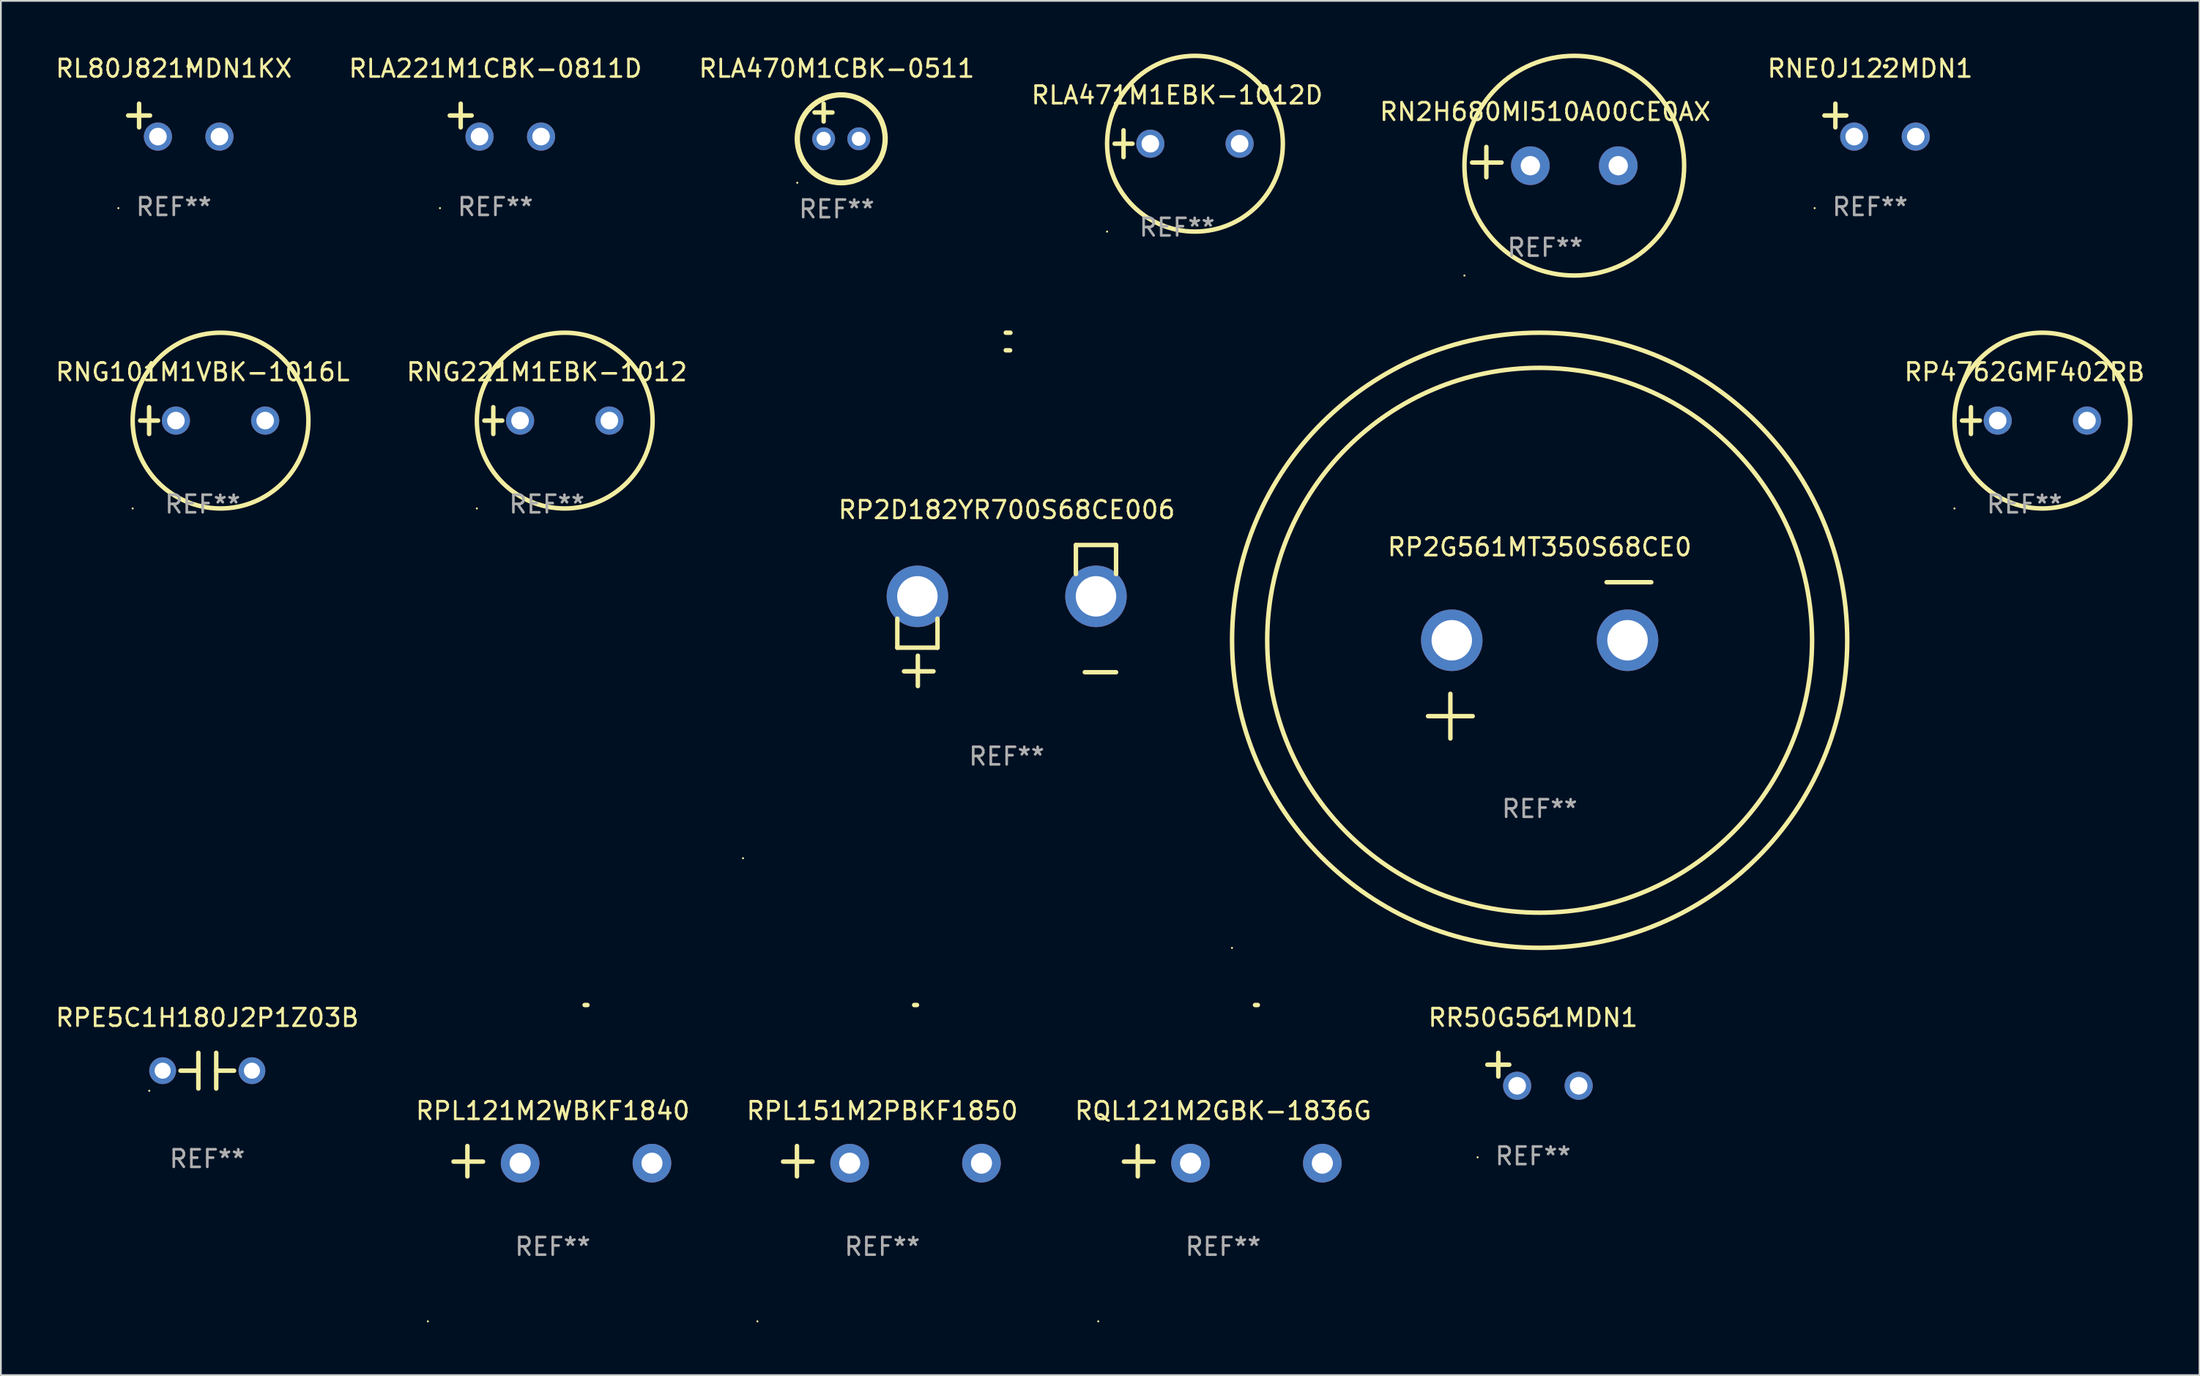
<source format=kicad_pcb>
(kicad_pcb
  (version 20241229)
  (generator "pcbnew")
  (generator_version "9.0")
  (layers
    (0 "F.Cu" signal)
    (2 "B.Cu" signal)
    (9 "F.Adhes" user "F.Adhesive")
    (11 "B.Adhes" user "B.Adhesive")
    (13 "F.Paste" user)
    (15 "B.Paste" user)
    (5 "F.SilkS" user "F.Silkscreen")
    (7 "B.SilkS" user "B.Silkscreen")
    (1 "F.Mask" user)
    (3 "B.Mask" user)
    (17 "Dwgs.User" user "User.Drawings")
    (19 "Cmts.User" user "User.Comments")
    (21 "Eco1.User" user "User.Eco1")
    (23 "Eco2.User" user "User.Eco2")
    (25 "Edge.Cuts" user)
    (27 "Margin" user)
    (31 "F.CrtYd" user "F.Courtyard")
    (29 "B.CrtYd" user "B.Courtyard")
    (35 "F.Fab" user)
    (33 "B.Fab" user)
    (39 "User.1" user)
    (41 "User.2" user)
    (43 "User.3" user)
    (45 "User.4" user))
  (footprint "RPL121M2WBKF1840"
    (layer "F.Cu")
    (at 28.399 63.021)
    (property "Reference" "RPL121M2WBKF1840" (at 0 -2.864 0) (layer "F.SilkS") (effects (font (size 1 1) (thickness 0.15))))
    (attr through_hole)
    (fp_line (start -4.856 0.864) (end -4.856 -0.864) (stroke (width 0.254) (type solid)) (layer "F.SilkS"))
    (fp_line (start -3.967 0.025) (end -5.644 0.025) (stroke (width 0.254) (type solid)) (layer "F.SilkS"))
    (fp_arc (start 1.815024 -8.885649) (mid 1.893764 -8.88599) (end 1.972504 -8.885649) (stroke (width 0.254001) (type solid)) (layer "F.SilkS"))
    (fp_circle (center -7.106 9.114) (end -7.076 9.114) (stroke (width 0.06) (type solid)) (fill no) (layer "F.SilkS"))
    (fp_text user "REF**" (at 0 4.864 0) (layer "F.Fab") (effects (font (size 1 1) (thickness 0.15))))
    (pad "1" thru_hole circle (at -1.856 0.114) (size 2.2 2.2) (drill 1.2) (layers "*.Cu" "*.Mask"))
    (pad "2" thru_hole circle (at 5.644 0.114) (size 2.2 2.2) (drill 1.2) (layers "*.Cu" "*.Mask")))
  (footprint "RQL121M2GBK-1836G"
    (layer "F.Cu")
    (at 66.542 63.021)
    (property "Reference" "RQL121M2GBK-1836G" (at 0 -2.864 0) (layer "F.SilkS") (effects (font (size 1 1) (thickness 0.15))))
    (attr through_hole)
    (fp_line (start -4.856 0.864) (end -4.856 -0.864) (stroke (width 0.254) (type solid)) (layer "F.SilkS"))
    (fp_line (start -3.967 0.025) (end -5.644 0.025) (stroke (width 0.254) (type solid)) (layer "F.SilkS"))
    (fp_arc (start 1.815024 -8.885649) (mid 1.893764 -8.88599) (end 1.972504 -8.885649) (stroke (width 0.254001) (type solid)) (layer "F.SilkS"))
    (fp_circle (center -7.106 9.114) (end -7.076 9.114) (stroke (width 0.06) (type solid)) (fill no) (layer "F.SilkS"))
    (fp_text user "REF**" (at 0 4.864 0) (layer "F.Fab") (effects (font (size 1 1) (thickness 0.15))))
    (pad "1" thru_hole circle (at -1.856 0.114) (size 2.2 2.2) (drill 1.2) (layers "*.Cu" "*.Mask"))
    (pad "2" thru_hole circle (at 5.644 0.114) (size 2.2 2.2) (drill 1.2) (layers "*.Cu" "*.Mask")))
  (footprint "RN2H680MI510A00CE0AX"
    (layer "F.Cu")
    (at 84.863 6.174)
    (property "Reference" "RN2H680MI510A00CE0AX" (at 0 -2.864 0) (layer "F.SilkS") (effects (font (size 1 1) (thickness 0.15))))
    (attr through_hole)
    (fp_line (start -3.346 0.864) (end -3.346 -0.864) (stroke (width 0.254) (type solid)) (layer "F.SilkS"))
    (fp_line (start -2.482 0.025) (end -4.158 0.025) (stroke (width 0.254) (type solid)) (layer "F.SilkS"))
    (fp_circle (center -4.592 6.453) (end -4.562 6.453) (stroke (width 0.06) (type solid)) (fill no) (layer "F.SilkS"))
    (fp_circle (center 1.658 0.203) (end 7.908 0.203) (stroke (width 0.254) (type solid)) (fill no) (layer "F.SilkS"))
    (fp_text user "REF**" (at 0 4.864 0) (layer "F.Fab") (effects (font (size 1 1) (thickness 0.15))))
    (pad "1" thru_hole circle (at -0.842 0.203) (size 2.2 2.2) (drill 1.1) (layers "*.Cu" "*.Mask"))
    (pad "2" thru_hole circle (at 4.158 0.203) (size 2.2 2.2) (drill 1.1) (layers "*.Cu" "*.Mask")))
  (footprint "RP2D182YR700S68CE006"
    (layer "F.Cu")
    (at 54.227 31.974)
    (property "Reference" "RP2D182YR700S68CE006" (at 0 -6.013 0) (layer "F.SilkS") (effects (font (size 1 1) (thickness 0.15))))
    (attr through_hole)
    (fp_line (start -6.223 0.178) (end -6.223 1.829) (stroke (width 0.254) (type solid)) (layer "F.SilkS"))
    (fp_line (start -6.223 1.829) (end -3.937 1.829) (stroke (width 0.254) (type solid)) (layer "F.SilkS"))
    (fp_line (start -5.055 4.013) (end -5.055 2.286) (stroke (width 0.254) (type solid)) (layer "F.SilkS"))
    (fp_line (start -4.166 3.175) (end -5.842 3.175) (stroke (width 0.254) (type solid)) (layer "F.SilkS"))
    (fp_line (start -3.937 1.829) (end -3.937 0.178) (stroke (width 0.254) (type solid)) (layer "F.SilkS"))
    (fp_line (start 3.937 -4.013) (end 3.937 -2.362) (stroke (width 0.254) (type solid)) (layer "F.SilkS"))
    (fp_line (start 6.223 -4.013) (end 3.937 -4.013) (stroke (width 0.254) (type solid)) (layer "F.SilkS"))
    (fp_line (start 6.223 -2.362) (end 6.223 -4.013) (stroke (width 0.254) (type solid)) (layer "F.SilkS"))
    (fp_line (start 6.223 3.226) (end 4.445 3.226) (stroke (width 0.254) (type solid)) (layer "F.SilkS"))
    (fp_arc (start -0.0508 -16.093472) (mid 0.080016 -16.092762) (end 0.210821 -16.090932) (stroke (width 0.254001) (type solid)) (layer "F.SilkS"))
    (fp_arc (start -0.0508 -15.09271) (mid 0.071125 -15.091961) (end 0.19304 -15.09017) (stroke (width 0.254001) (type solid)) (layer "F.SilkS"))
    (fp_circle (center -15 13.808) (end -14.97 13.808) (stroke (width 0.06) (type solid)) (fill no) (layer "F.SilkS"))
    (fp_text user "REF**" (at 0 8.013 0) (layer "F.Fab") (effects (font (size 1 1) (thickness 0.15))))
    (pad "1" thru_hole circle (at -5.08 -1.092) (size 3.5 3.5) (drill 2.3) (layers "*.Cu" "*.Mask"))
    (pad "2" thru_hole circle (at 5.08 -1.092) (size 3.5 3.5) (drill 2.3) (layers "*.Cu" "*.Mask")))
  (footprint "RPE5C1H180J2P1Z03B"
    (layer "F.Cu")
    (at 8.744 57.872)
    (property "Reference" "RPE5C1H180J2P1Z03B" (at 0 -3.016 0) (layer "F.SilkS") (effects (font (size 1 1) (thickness 0.15))))
    (attr through_hole)
    (fp_line (start -1.524 0) (end -0.508 0) (stroke (width 0.254) (type solid)) (layer "F.SilkS"))
    (fp_line (start -0.508 0) (end -0.508 -1.016) (stroke (width 0.254) (type solid)) (layer "F.SilkS"))
    (fp_line (start -0.508 0) (end -0.508 1.016) (stroke (width 0.254) (type solid)) (layer "F.SilkS"))
    (fp_line (start 0.508 -1.016) (end 0.508 1.016) (stroke (width 0.254) (type solid)) (layer "F.SilkS"))
    (fp_line (start 1.524 0) (end 0.508 0) (stroke (width 0.254) (type solid)) (layer "F.SilkS"))
    (fp_circle (center -3.302 1.143) (end -3.272 1.143) (stroke (width 0.06) (type solid)) (fill no) (layer "F.SilkS"))
    (fp_text user "REF**" (at 0 5.016 0) (layer "F.Fab") (effects (font (size 1 1) (thickness 0.15))))
    (pad "1" thru_hole circle (at -2.54 0) (size 1.524 1.524) (drill 0.914) (layers "*.Cu" "*.Mask"))
    (pad "2" thru_hole circle (at 2.54 0) (size 1.524 1.524) (drill 0.914) (layers "*.Cu" "*.Mask")))
  (footprint "RLA470M1CBK-0511"
    (layer "F.Cu")
    (at 44.554 3.848)
    (property "Reference" "RLA470M1CBK-0511" (at 0 -3 0) (layer "F.SilkS") (effects (font (size 1 1) (thickness 0.15))))
    (attr through_hole)
    (fp_line (start -1.258 -0.5) (end -0.242 -0.5) (stroke (width 0.254) (type solid)) (layer "F.SilkS"))
    (fp_line (start -0.742 -1) (end -0.742 0.016) (stroke (width 0.254) (type solid)) (layer "F.SilkS"))
    (fp_circle (center -2.242 3.5) (end -2.212 3.5) (stroke (width 0.06) (type solid)) (fill no) (layer "F.SilkS"))
    (fp_circle (center 0.258 1) (end 2.758 1) (stroke (width 0.3) (type solid)) (fill no) (layer "F.SilkS"))
    (fp_text user "REF**" (at 0 5 0) (layer "F.Fab") (effects (font (size 1 1) (thickness 0.15))))
    (pad "1" thru_hole circle (at -0.742 1) (size 1.3 1.3) (drill 0.8) (layers "*.Cu" "*.Mask"))
    (pad "2" thru_hole circle (at 1.258 1) (size 1.3 1.3) (drill 0.8) (layers "*.Cu" "*.Mask")))
  (footprint "RP2G561MT350S68CE0"
    (layer "F.Cu")
    (at 84.55 34.524)
    (property "Reference" "RP2G561MT350S68CE0" (at 0 -6.445 0) (layer "F.SilkS") (effects (font (size 1 1) (thickness 0.15))))
    (attr through_hole)
    (fp_line (start -6.35 3.175) (end -3.81 3.175) (stroke (width 0.254) (type solid)) (layer "F.SilkS"))
    (fp_line (start -5.08 1.905) (end -5.08 4.445) (stroke (width 0.254) (type solid)) (layer "F.SilkS"))
    (fp_line (start 3.81 -4.445) (end 6.35 -4.445) (stroke (width 0.254) (type solid)) (layer "F.SilkS"))
    (fp_circle (center -17.505 16.362) (end -17.475 16.362) (stroke (width 0.06) (type solid)) (fill no) (layer "F.SilkS"))
    (fp_circle (center 0 -1.143) (end 15.5 -1.143) (stroke (width 0.254) (type solid)) (fill no) (layer "F.SilkS"))
    (fp_circle (center 0 -1.143) (end 17.5 -1.143) (stroke (width 0.254) (type solid)) (fill no) (layer "F.SilkS"))
    (fp_text user "REF**" (at 0 8.445 0) (layer "F.Fab") (effects (font (size 1 1) (thickness 0.15))))
    (pad "1" thru_hole circle (at -5 -1.143) (size 3.5 3.5) (drill 2.3) (layers "*.Cu" "*.Mask"))
    (pad "2" thru_hole circle (at 5 -1.143) (size 3.5 3.5) (drill 2.3) (layers "*.Cu" "*.Mask")))
  (footprint "RP4762GMF402RB"
    (layer "F.Cu")
    (at 112.136 20.881)
    (property "Reference" "RP4762GMF402RB" (at 0 -2.762 0) (layer "F.SilkS") (effects (font (size 1 1) (thickness 0.15))))
    (attr through_hole)
    (fp_line (start -3.556 0) (end -2.54 0) (stroke (width 0.254) (type solid)) (layer "F.SilkS"))
    (fp_line (start -3.048 -0.762) (end -3.048 0.762) (stroke (width 0.254) (type solid)) (layer "F.SilkS"))
    (fp_circle (center -3.984 5) (end -3.954 5) (stroke (width 0.06) (type solid)) (fill no) (layer "F.SilkS"))
    (fp_circle (center 1.016 0) (end 6.016 0) (stroke (width 0.254) (type solid)) (fill no) (layer "F.SilkS"))
    (fp_text user "REF**" (at 0 4.762 0) (layer "F.Fab") (effects (font (size 1 1) (thickness 0.15))))
    (pad "1" thru_hole circle (at -1.524 0) (size 1.6 1.6) (drill 1) (layers "*.Cu" "*.Mask"))
    (pad "2" thru_hole circle (at 3.556 0) (size 1.6 1.6) (drill 1) (layers "*.Cu" "*.Mask")))
  (footprint "RLA221M1CBK-0811D"
    (layer "F.Cu")
    (at 25.137 3.785)
    (property "Reference" "RLA221M1CBK-0811D" (at 0 -2.937 0) (layer "F.SilkS") (effects (font (size 1 1) (thickness 0.15))))
    (attr through_hole)
    (fp_line (start -1.975 0.41) (end -1.975 -0.937) (stroke (width 0.254) (type solid)) (layer "F.SilkS"))
    (fp_line (start -1.353 -0.263) (end -2.597 -0.263) (stroke (width 0.254) (type solid)) (layer "F.SilkS"))
    (fp_arc (start 0.849809 -3.063957) (mid 0.885369 -3.064114) (end 0.920929 -3.063957) (stroke (width 0.254001) (type solid)) (layer "F.SilkS"))
    (fp_circle (center -3.154 5.008) (end -3.124 5.008) (stroke (width 0.06) (type solid)) (fill no) (layer "F.SilkS"))
    (fp_text user "REF**" (at 0 4.937 0) (layer "F.Fab") (effects (font (size 1 1) (thickness 0.15))))
    (pad "1" thru_hole circle (at -0.903 0.937) (size 1.6 1.6) (drill 1) (layers "*.Cu" "*.Mask"))
    (pad "2" thru_hole circle (at 2.597 0.937) (size 1.6 1.6) (drill 1) (layers "*.Cu" "*.Mask")))
  (footprint "RL80J821MDN1KX"
    (layer "F.Cu")
    (at 6.839 3.785)
    (property "Reference" "RL80J821MDN1KX" (at 0 -2.937 0) (layer "F.SilkS") (effects (font (size 1 1) (thickness 0.15))))
    (attr through_hole)
    (fp_line (start -1.975 0.41) (end -1.975 -0.937) (stroke (width 0.254) (type solid)) (layer "F.SilkS"))
    (fp_line (start -1.353 -0.263) (end -2.597 -0.263) (stroke (width 0.254) (type solid)) (layer "F.SilkS"))
    (fp_arc (start 0.849809 -3.063957) (mid 0.885369 -3.064114) (end 0.920929 -3.063957) (stroke (width 0.254001) (type solid)) (layer "F.SilkS"))
    (fp_circle (center -3.154 5.008) (end -3.124 5.008) (stroke (width 0.06) (type solid)) (fill no) (layer "F.SilkS"))
    (fp_text user "REF**" (at 0 4.937 0) (layer "F.Fab") (effects (font (size 1 1) (thickness 0.15))))
    (pad "1" thru_hole circle (at -0.903 0.937) (size 1.6 1.6) (drill 1) (layers "*.Cu" "*.Mask"))
    (pad "2" thru_hole circle (at 2.597 0.937) (size 1.6 1.6) (drill 1) (layers "*.Cu" "*.Mask")))
  (footprint "RNE0J122MDN1"
    (layer "F.Cu")
    (at 103.351 3.785)
    (property "Reference" "RNE0J122MDN1" (at 0 -2.937 0) (layer "F.SilkS") (effects (font (size 1 1) (thickness 0.15))))
    (attr through_hole)
    (fp_line (start -1.975 0.41) (end -1.975 -0.937) (stroke (width 0.254) (type solid)) (layer "F.SilkS"))
    (fp_line (start -1.353 -0.263) (end -2.597 -0.263) (stroke (width 0.254) (type solid)) (layer "F.SilkS"))
    (fp_arc (start 0.849809 -3.063957) (mid 0.885369 -3.064114) (end 0.920929 -3.063957) (stroke (width 0.254001) (type solid)) (layer "F.SilkS"))
    (fp_circle (center -3.154 5.008) (end -3.124 5.008) (stroke (width 0.06) (type solid)) (fill no) (layer "F.SilkS"))
    (fp_text user "REF**" (at 0 4.937 0) (layer "F.Fab") (effects (font (size 1 1) (thickness 0.15))))
    (pad "1" thru_hole circle (at -0.903 0.937) (size 1.6 1.6) (drill 1) (layers "*.Cu" "*.Mask"))
    (pad "2" thru_hole circle (at 2.597 0.937) (size 1.6 1.6) (drill 1) (layers "*.Cu" "*.Mask")))
  (footprint "RR50G561MDN1"
    (layer "F.Cu")
    (at 84.173 57.793)
    (property "Reference" "RR50G561MDN1" (at 0 -2.937 0) (layer "F.SilkS") (effects (font (size 1 1) (thickness 0.15))))
    (attr through_hole)
    (fp_line (start -1.975 0.41) (end -1.975 -0.937) (stroke (width 0.254) (type solid)) (layer "F.SilkS"))
    (fp_line (start -1.353 -0.263) (end -2.597 -0.263) (stroke (width 0.254) (type solid)) (layer "F.SilkS"))
    (fp_arc (start 0.849809 -3.063957) (mid 0.885369 -3.064114) (end 0.920929 -3.063957) (stroke (width 0.254001) (type solid)) (layer "F.SilkS"))
    (fp_circle (center -3.154 5.008) (end -3.124 5.008) (stroke (width 0.06) (type solid)) (fill no) (layer "F.SilkS"))
    (fp_text user "REF**" (at 0 4.937 0) (layer "F.Fab") (effects (font (size 1 1) (thickness 0.15))))
    (pad "1" thru_hole circle (at -0.903 0.937) (size 1.6 1.6) (drill 1) (layers "*.Cu" "*.Mask"))
    (pad "2" thru_hole circle (at 2.597 0.937) (size 1.6 1.6) (drill 1) (layers "*.Cu" "*.Mask")))
  (footprint "RPL151M2PBKF1850"
    (layer "F.Cu")
    (at 47.149 63.021)
    (property "Reference" "RPL151M2PBKF1850" (at 0 -2.864 0) (layer "F.SilkS") (effects (font (size 1 1) (thickness 0.15))))
    (attr through_hole)
    (fp_line (start -4.856 0.864) (end -4.856 -0.864) (stroke (width 0.254) (type solid)) (layer "F.SilkS"))
    (fp_line (start -3.967 0.025) (end -5.644 0.025) (stroke (width 0.254) (type solid)) (layer "F.SilkS"))
    (fp_arc (start 1.815024 -8.885649) (mid 1.893764 -8.88599) (end 1.972504 -8.885649) (stroke (width 0.254001) (type solid)) (layer "F.SilkS"))
    (fp_circle (center -7.106 9.114) (end -7.076 9.114) (stroke (width 0.06) (type solid)) (fill no) (layer "F.SilkS"))
    (fp_text user "REF**" (at 0 4.864 0) (layer "F.Fab") (effects (font (size 1 1) (thickness 0.15))))
    (pad "1" thru_hole circle (at -1.856 0.114) (size 2.2 2.2) (drill 1.2) (layers "*.Cu" "*.Mask"))
    (pad "2" thru_hole circle (at 5.644 0.114) (size 2.2 2.2) (drill 1.2) (layers "*.Cu" "*.Mask")))
  (footprint "RNG221M1EBK-1012"
    (layer "F.Cu")
    (at 28.065 20.881)
    (property "Reference" "RNG221M1EBK-1012" (at 0 -2.762 0) (layer "F.SilkS") (effects (font (size 1 1) (thickness 0.15))))
    (attr through_hole)
    (fp_line (start -3.556 0) (end -2.54 0) (stroke (width 0.254) (type solid)) (layer "F.SilkS"))
    (fp_line (start -3.048 -0.762) (end -3.048 0.762) (stroke (width 0.254) (type solid)) (layer "F.SilkS"))
    (fp_circle (center -3.984 5) (end -3.954 5) (stroke (width 0.06) (type solid)) (fill no) (layer "F.SilkS"))
    (fp_circle (center 1.016 0) (end 6.016 0) (stroke (width 0.254) (type solid)) (fill no) (layer "F.SilkS"))
    (fp_text user "REF**" (at 0 4.762 0) (layer "F.Fab") (effects (font (size 1 1) (thickness 0.15))))
    (pad "1" thru_hole circle (at -1.524 0) (size 1.6 1.6) (drill 1) (layers "*.Cu" "*.Mask"))
    (pad "2" thru_hole circle (at 3.556 0) (size 1.6 1.6) (drill 1) (layers "*.Cu" "*.Mask")))
  (footprint "RLA471M1EBK-1012D"
    (layer "F.Cu")
    (at 63.923 5.127)
    (property "Reference" "RLA471M1EBK-1012D" (at 0 -2.762 0) (layer "F.SilkS") (effects (font (size 1 1) (thickness 0.15))))
    (attr through_hole)
    (fp_line (start -3.556 0) (end -2.54 0) (stroke (width 0.254) (type solid)) (layer "F.SilkS"))
    (fp_line (start -3.048 -0.762) (end -3.048 0.762) (stroke (width 0.254) (type solid)) (layer "F.SilkS"))
    (fp_circle (center -3.984 5) (end -3.954 5) (stroke (width 0.06) (type solid)) (fill no) (layer "F.SilkS"))
    (fp_circle (center 1.016 0) (end 6.016 0) (stroke (width 0.254) (type solid)) (fill no) (layer "F.SilkS"))
    (fp_text user "REF**" (at 0 4.762 0) (layer "F.Fab") (effects (font (size 1 1) (thickness 0.15))))
    (pad "1" thru_hole circle (at -1.524 0) (size 1.6 1.6) (drill 1) (layers "*.Cu" "*.Mask"))
    (pad "2" thru_hole circle (at 3.556 0) (size 1.6 1.6) (drill 1) (layers "*.Cu" "*.Mask")))
  (footprint "RNG101M1VBK-1016L"
    (layer "F.Cu")
    (at 8.482 20.881)
    (property "Reference" "RNG101M1VBK-1016L" (at 0 -2.762 0) (layer "F.SilkS") (effects (font (size 1 1) (thickness 0.15))))
    (attr through_hole)
    (fp_line (start -3.556 0) (end -2.54 0) (stroke (width 0.254) (type solid)) (layer "F.SilkS"))
    (fp_line (start -3.048 -0.762) (end -3.048 0.762) (stroke (width 0.254) (type solid)) (layer "F.SilkS"))
    (fp_circle (center -3.984 5) (end -3.954 5) (stroke (width 0.06) (type solid)) (fill no) (layer "F.SilkS"))
    (fp_circle (center 1.016 0) (end 6.016 0) (stroke (width 0.254) (type solid)) (fill no) (layer "F.SilkS"))
    (fp_text user "REF**" (at 0 4.762 0) (layer "F.Fab") (effects (font (size 1 1) (thickness 0.15))))
    (pad "1" thru_hole circle (at -1.524 0) (size 1.6 1.6) (drill 1) (layers "*.Cu" "*.Mask"))
    (pad "2" thru_hole circle (at 3.556 0) (size 1.6 1.6) (drill 1) (layers "*.Cu" "*.Mask")))
  (gr_rect
    (start -3 -3)
    (end 122.094 75.195)
    (stroke (width 0.1) (type default))
    (fill no)
    (layer "Edge.Cuts")))
</source>
